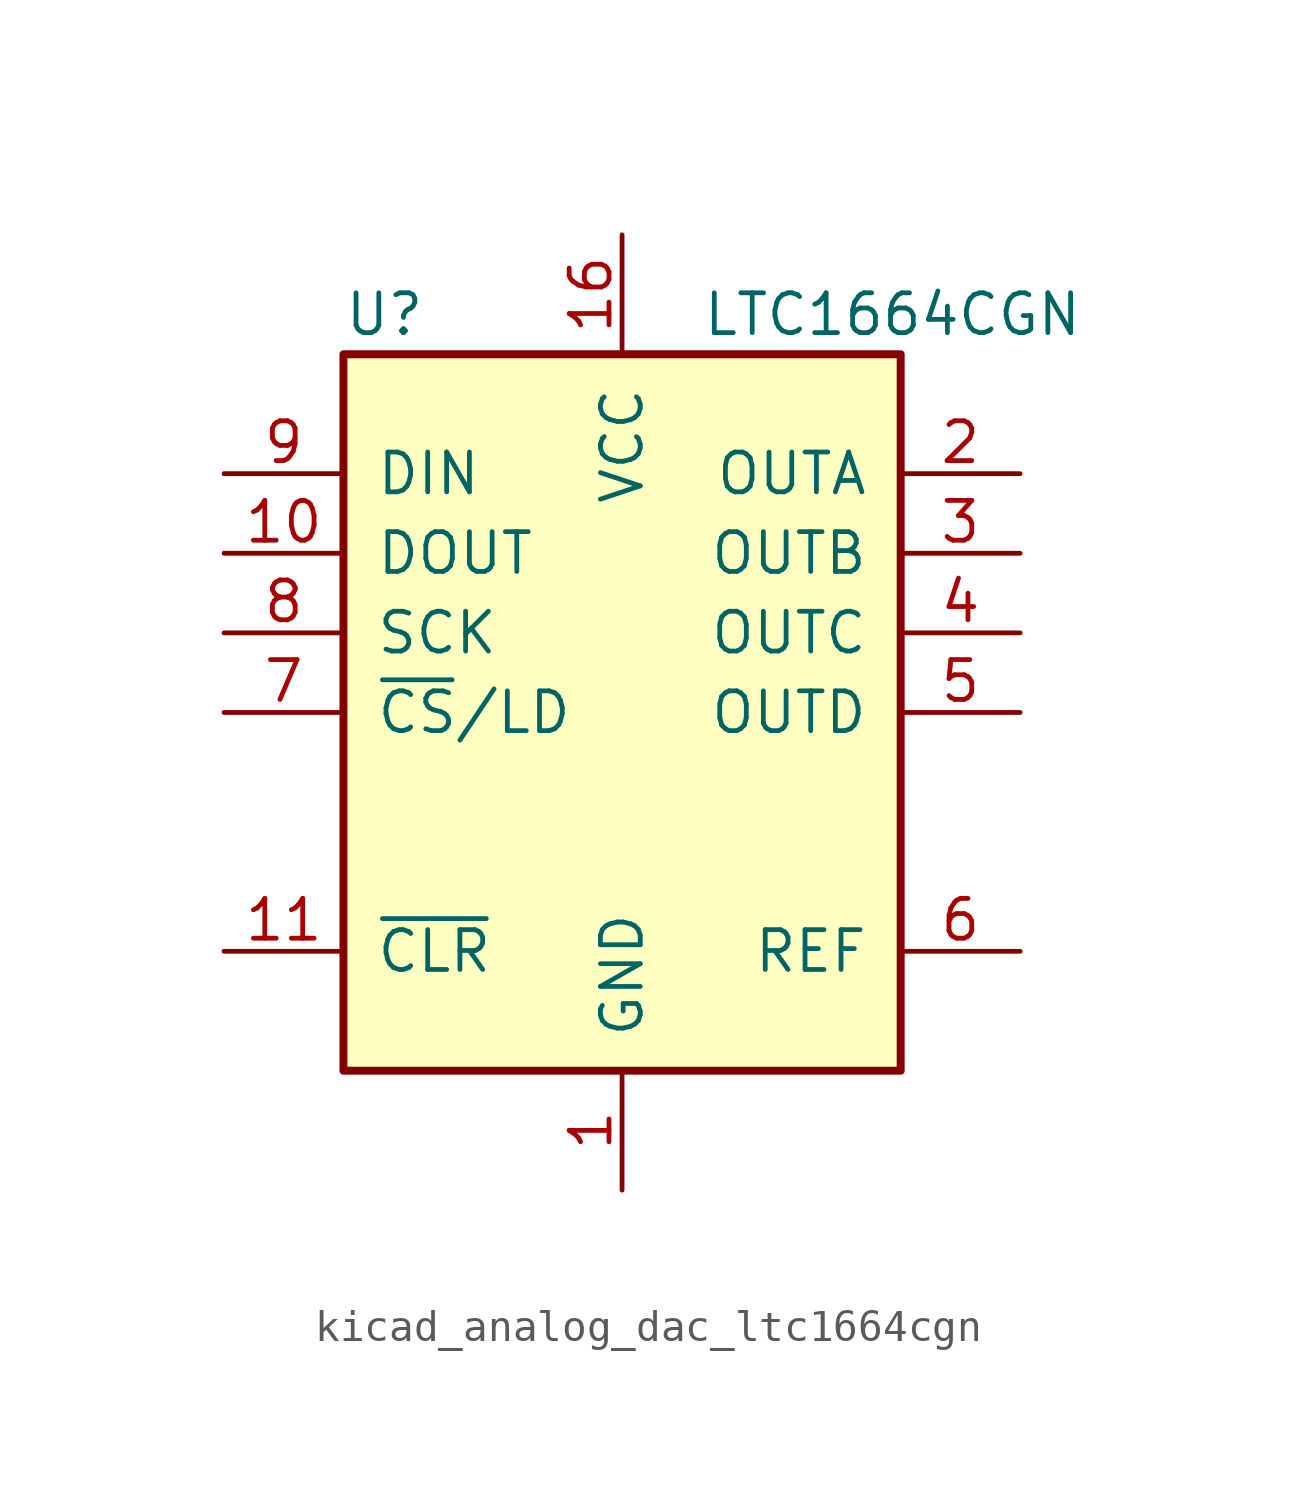
<source format=kicad_sym>
(kicad_symbol_lib
  (version 20220914)
  (generator kicad_symbol_editor)
  (symbol "kicad_analog_dac_ltc1664cgn"
    (pin_names
      (offset 1.016))
    (property "Reference" "U"
      (at -8.89 12.7 0)
      (effects (font (size 1.27 1.27)) (justify left)))
    (property "Value" "LTC1664CGN"
      (at 2.54 12.7 0)
      (effects (font (size 1.27 1.27)) (justify left)))
    (symbol "kicad_analog_dac_ltc1664cgn_0_1"
      (rectangle (start -8.89 11.43) (end 8.89 -11.43) (stroke (width 0.254) (type default)) (fill (type background))))
    (symbol "kicad_analog_dac_ltc1664cgn_1_1"
      (pin power_in line (at 0 -15.24 90) (length 3.81) (name "GND" (effects (font (size 1.27 1.27)))) (number "1" (effects (font (size 1.27 1.27)))))
      (pin output line (at -12.7 5.08 0) (length 3.81) (name "DOUT" (effects (font (size 1.27 1.27)))) (number "10" (effects (font (size 1.27 1.27)))))
      (pin input line (at -12.7 -7.62 0) (length 3.81) (name "~{CLR}" (effects (font (size 1.27 1.27)))) (number "11" (effects (font (size 1.27 1.27)))))
      (pin no_connect line (at -5.08 -11.43 90) (length 3.81) hide (name "NC" (effects (font (size 1.27 1.27)))) (number "12" (effects (font (size 1.27 1.27)))))
      (pin no_connect line (at -2.54 -11.43 90) (length 3.81) hide (name "NC" (effects (font (size 1.27 1.27)))) (number "13" (effects (font (size 1.27 1.27)))))
      (pin no_connect line (at 2.54 -11.43 90) (length 3.81) hide (name "NC" (effects (font (size 1.27 1.27)))) (number "14" (effects (font (size 1.27 1.27)))))
      (pin no_connect line (at 5.08 -11.43 90) (length 3.81) hide (name "NC" (effects (font (size 1.27 1.27)))) (number "15" (effects (font (size 1.27 1.27)))))
      (pin power_in line (at 0 15.24 270) (length 3.81) (name "VCC" (effects (font (size 1.27 1.27)))) (number "16" (effects (font (size 1.27 1.27)))))
      (pin output line (at 12.7 7.62 180) (length 3.81) (name "OUTA" (effects (font (size 1.27 1.27)))) (number "2" (effects (font (size 1.27 1.27)))))
      (pin output line (at 12.7 5.08 180) (length 3.81) (name "OUTB" (effects (font (size 1.27 1.27)))) (number "3" (effects (font (size 1.27 1.27)))))
      (pin output line (at 12.7 2.54 180) (length 3.81) (name "OUTC" (effects (font (size 1.27 1.27)))) (number "4" (effects (font (size 1.27 1.27)))))
      (pin output line (at 12.7 0 180) (length 3.81) (name "OUTD" (effects (font (size 1.27 1.27)))) (number "5" (effects (font (size 1.27 1.27)))))
      (pin input line (at 12.7 -7.62 180) (length 3.81) (name "REF" (effects (font (size 1.27 1.27)))) (number "6" (effects (font (size 1.27 1.27)))))
      (pin input line (at -12.7 0 0) (length 3.81) (name "~{CS}/LD" (effects (font (size 1.27 1.27)))) (number "7" (effects (font (size 1.27 1.27)))))
      (pin input line (at -12.7 2.54 0) (length 3.81) (name "SCK" (effects (font (size 1.27 1.27)))) (number "8" (effects (font (size 1.27 1.27)))))
      (pin input line (at -12.7 7.62 0) (length 3.81) (name "DIN" (effects (font (size 1.27 1.27)))) (number "9" (effects (font (size 1.27 1.27))))))))
</source>
